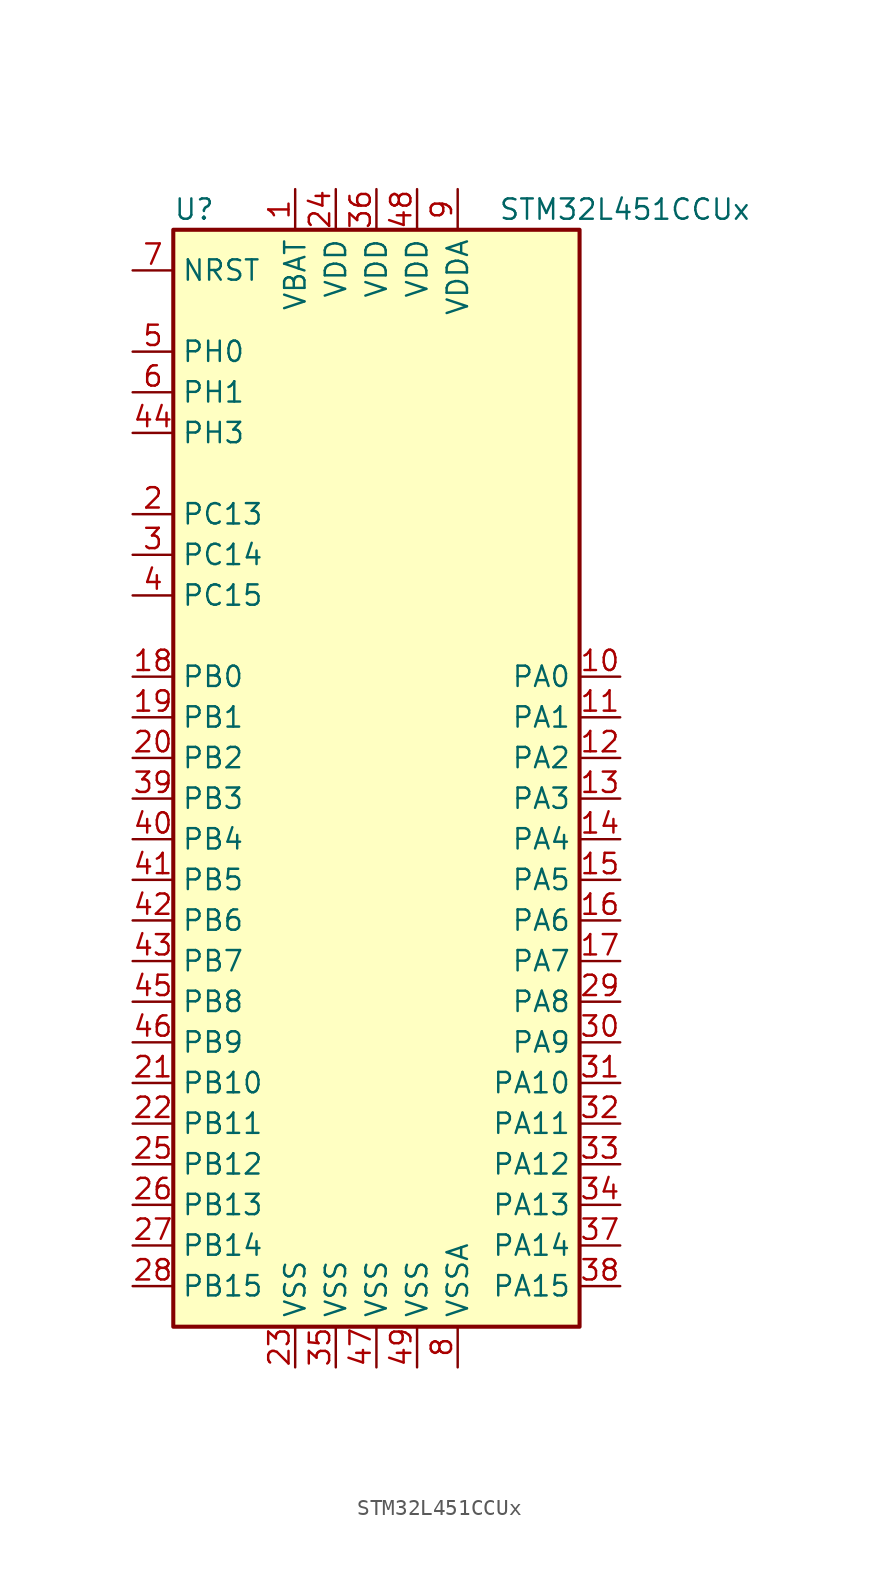
<source format=kicad_sym>
(kicad_symbol_lib
  (version 20211014)
  (generator kicad_symbol_editor)
  (symbol "STM32L451CCUx"
    (property "Reference" "U"
      (at -12.7 34.29 0)
      (effects (font (size 1.27 1.27)) (justify left)))
    (property "Value" "STM32L451CCUx"
      (at 7.62 34.29 0)
      (effects (font (size 1.27 1.27)) (justify left)))
    (symbol "STM32L451CCUx_0_1"
      (rectangle (start -12.7 -35.56) (end 12.7 33.02) (stroke (width 0.254) (type default) (color 0 0 0 0)) (fill (type background))))
    (symbol "STM32L451CCUx_1_1"
      (pin power_in line (at -5.08 35.56 270) (length 2.54) (name "VBAT" (effects (font (size 1.27 1.27)))) (number "1" (effects (font (size 1.27 1.27)))))
      (pin bidirectional line (at 15.24 5.08 180) (length 2.54) (name "PA0" (effects (font (size 1.27 1.27)))) (number "10" (effects (font (size 1.27 1.27)))))
      (pin bidirectional line (at 15.24 2.54 180) (length 2.54) (name "PA1" (effects (font (size 1.27 1.27)))) (number "11" (effects (font (size 1.27 1.27)))))
      (pin bidirectional line (at 15.24 0 180) (length 2.54) (name "PA2" (effects (font (size 1.27 1.27)))) (number "12" (effects (font (size 1.27 1.27)))))
      (pin bidirectional line (at 15.24 -2.54 180) (length 2.54) (name "PA3" (effects (font (size 1.27 1.27)))) (number "13" (effects (font (size 1.27 1.27)))))
      (pin bidirectional line (at 15.24 -5.08 180) (length 2.54) (name "PA4" (effects (font (size 1.27 1.27)))) (number "14" (effects (font (size 1.27 1.27)))))
      (pin bidirectional line (at 15.24 -7.62 180) (length 2.54) (name "PA5" (effects (font (size 1.27 1.27)))) (number "15" (effects (font (size 1.27 1.27)))))
      (pin bidirectional line (at 15.24 -10.16 180) (length 2.54) (name "PA6" (effects (font (size 1.27 1.27)))) (number "16" (effects (font (size 1.27 1.27)))))
      (pin bidirectional line (at 15.24 -12.7 180) (length 2.54) (name "PA7" (effects (font (size 1.27 1.27)))) (number "17" (effects (font (size 1.27 1.27)))))
      (pin bidirectional line (at -15.24 5.08 0) (length 2.54) (name "PB0" (effects (font (size 1.27 1.27)))) (number "18" (effects (font (size 1.27 1.27)))))
      (pin bidirectional line (at -15.24 2.54 0) (length 2.54) (name "PB1" (effects (font (size 1.27 1.27)))) (number "19" (effects (font (size 1.27 1.27)))))
      (pin bidirectional line (at -15.24 15.24 0) (length 2.54) (name "PC13" (effects (font (size 1.27 1.27)))) (number "2" (effects (font (size 1.27 1.27)))))
      (pin bidirectional line (at -15.24 0 0) (length 2.54) (name "PB2" (effects (font (size 1.27 1.27)))) (number "20" (effects (font (size 1.27 1.27)))))
      (pin bidirectional line (at -15.24 -20.32 0) (length 2.54) (name "PB10" (effects (font (size 1.27 1.27)))) (number "21" (effects (font (size 1.27 1.27)))))
      (pin bidirectional line (at -15.24 -22.86 0) (length 2.54) (name "PB11" (effects (font (size 1.27 1.27)))) (number "22" (effects (font (size 1.27 1.27)))))
      (pin power_in line (at -5.08 -38.1 90) (length 2.54) (name "VSS" (effects (font (size 1.27 1.27)))) (number "23" (effects (font (size 1.27 1.27)))))
      (pin power_in line (at -2.54 35.56 270) (length 2.54) (name "VDD" (effects (font (size 1.27 1.27)))) (number "24" (effects (font (size 1.27 1.27)))))
      (pin bidirectional line (at -15.24 -25.4 0) (length 2.54) (name "PB12" (effects (font (size 1.27 1.27)))) (number "25" (effects (font (size 1.27 1.27)))))
      (pin bidirectional line (at -15.24 -27.94 0) (length 2.54) (name "PB13" (effects (font (size 1.27 1.27)))) (number "26" (effects (font (size 1.27 1.27)))))
      (pin bidirectional line (at -15.24 -30.48 0) (length 2.54) (name "PB14" (effects (font (size 1.27 1.27)))) (number "27" (effects (font (size 1.27 1.27)))))
      (pin bidirectional line (at -15.24 -33.02 0) (length 2.54) (name "PB15" (effects (font (size 1.27 1.27)))) (number "28" (effects (font (size 1.27 1.27)))))
      (pin bidirectional line (at 15.24 -15.24 180) (length 2.54) (name "PA8" (effects (font (size 1.27 1.27)))) (number "29" (effects (font (size 1.27 1.27)))))
      (pin bidirectional line (at -15.24 12.7 0) (length 2.54) (name "PC14" (effects (font (size 1.27 1.27)))) (number "3" (effects (font (size 1.27 1.27)))))
      (pin bidirectional line (at 15.24 -17.78 180) (length 2.54) (name "PA9" (effects (font (size 1.27 1.27)))) (number "30" (effects (font (size 1.27 1.27)))))
      (pin bidirectional line (at 15.24 -20.32 180) (length 2.54) (name "PA10" (effects (font (size 1.27 1.27)))) (number "31" (effects (font (size 1.27 1.27)))))
      (pin bidirectional line (at 15.24 -22.86 180) (length 2.54) (name "PA11" (effects (font (size 1.27 1.27)))) (number "32" (effects (font (size 1.27 1.27)))))
      (pin bidirectional line (at 15.24 -25.4 180) (length 2.54) (name "PA12" (effects (font (size 1.27 1.27)))) (number "33" (effects (font (size 1.27 1.27)))))
      (pin bidirectional line (at 15.24 -27.94 180) (length 2.54) (name "PA13" (effects (font (size 1.27 1.27)))) (number "34" (effects (font (size 1.27 1.27)))))
      (pin power_in line (at -2.54 -38.1 90) (length 2.54) (name "VSS" (effects (font (size 1.27 1.27)))) (number "35" (effects (font (size 1.27 1.27)))))
      (pin power_in line (at 0 35.56 270) (length 2.54) (name "VDD" (effects (font (size 1.27 1.27)))) (number "36" (effects (font (size 1.27 1.27)))))
      (pin bidirectional line (at 15.24 -30.48 180) (length 2.54) (name "PA14" (effects (font (size 1.27 1.27)))) (number "37" (effects (font (size 1.27 1.27)))))
      (pin bidirectional line (at 15.24 -33.02 180) (length 2.54) (name "PA15" (effects (font (size 1.27 1.27)))) (number "38" (effects (font (size 1.27 1.27)))))
      (pin bidirectional line (at -15.24 -2.54 0) (length 2.54) (name "PB3" (effects (font (size 1.27 1.27)))) (number "39" (effects (font (size 1.27 1.27)))))
      (pin bidirectional line (at -15.24 10.16 0) (length 2.54) (name "PC15" (effects (font (size 1.27 1.27)))) (number "4" (effects (font (size 1.27 1.27)))))
      (pin bidirectional line (at -15.24 -5.08 0) (length 2.54) (name "PB4" (effects (font (size 1.27 1.27)))) (number "40" (effects (font (size 1.27 1.27)))))
      (pin bidirectional line (at -15.24 -7.62 0) (length 2.54) (name "PB5" (effects (font (size 1.27 1.27)))) (number "41" (effects (font (size 1.27 1.27)))))
      (pin bidirectional line (at -15.24 -10.16 0) (length 2.54) (name "PB6" (effects (font (size 1.27 1.27)))) (number "42" (effects (font (size 1.27 1.27)))))
      (pin bidirectional line (at -15.24 -12.7 0) (length 2.54) (name "PB7" (effects (font (size 1.27 1.27)))) (number "43" (effects (font (size 1.27 1.27)))))
      (pin bidirectional line (at -15.24 20.32 0) (length 2.54) (name "PH3" (effects (font (size 1.27 1.27)))) (number "44" (effects (font (size 1.27 1.27)))))
      (pin bidirectional line (at -15.24 -15.24 0) (length 2.54) (name "PB8" (effects (font (size 1.27 1.27)))) (number "45" (effects (font (size 1.27 1.27)))))
      (pin bidirectional line (at -15.24 -17.78 0) (length 2.54) (name "PB9" (effects (font (size 1.27 1.27)))) (number "46" (effects (font (size 1.27 1.27)))))
      (pin power_in line (at 0 -38.1 90) (length 2.54) (name "VSS" (effects (font (size 1.27 1.27)))) (number "47" (effects (font (size 1.27 1.27)))))
      (pin power_in line (at 2.54 35.56 270) (length 2.54) (name "VDD" (effects (font (size 1.27 1.27)))) (number "48" (effects (font (size 1.27 1.27)))))
      (pin power_in line (at 2.54 -38.1 90) (length 2.54) (name "VSS" (effects (font (size 1.27 1.27)))) (number "49" (effects (font (size 1.27 1.27)))))
      (pin input line (at -15.24 25.4 0) (length 2.54) (name "PH0" (effects (font (size 1.27 1.27)))) (number "5" (effects (font (size 1.27 1.27)))))
      (pin input line (at -15.24 22.86 0) (length 2.54) (name "PH1" (effects (font (size 1.27 1.27)))) (number "6" (effects (font (size 1.27 1.27)))))
      (pin input line (at -15.24 30.48 0) (length 2.54) (name "NRST" (effects (font (size 1.27 1.27)))) (number "7" (effects (font (size 1.27 1.27)))))
      (pin power_in line (at 5.08 -38.1 90) (length 2.54) (name "VSSA" (effects (font (size 1.27 1.27)))) (number "8" (effects (font (size 1.27 1.27)))))
      (pin power_in line (at 5.08 35.56 270) (length 2.54) (name "VDDA" (effects (font (size 1.27 1.27)))) (number "9" (effects (font (size 1.27 1.27))))))))
</source>
